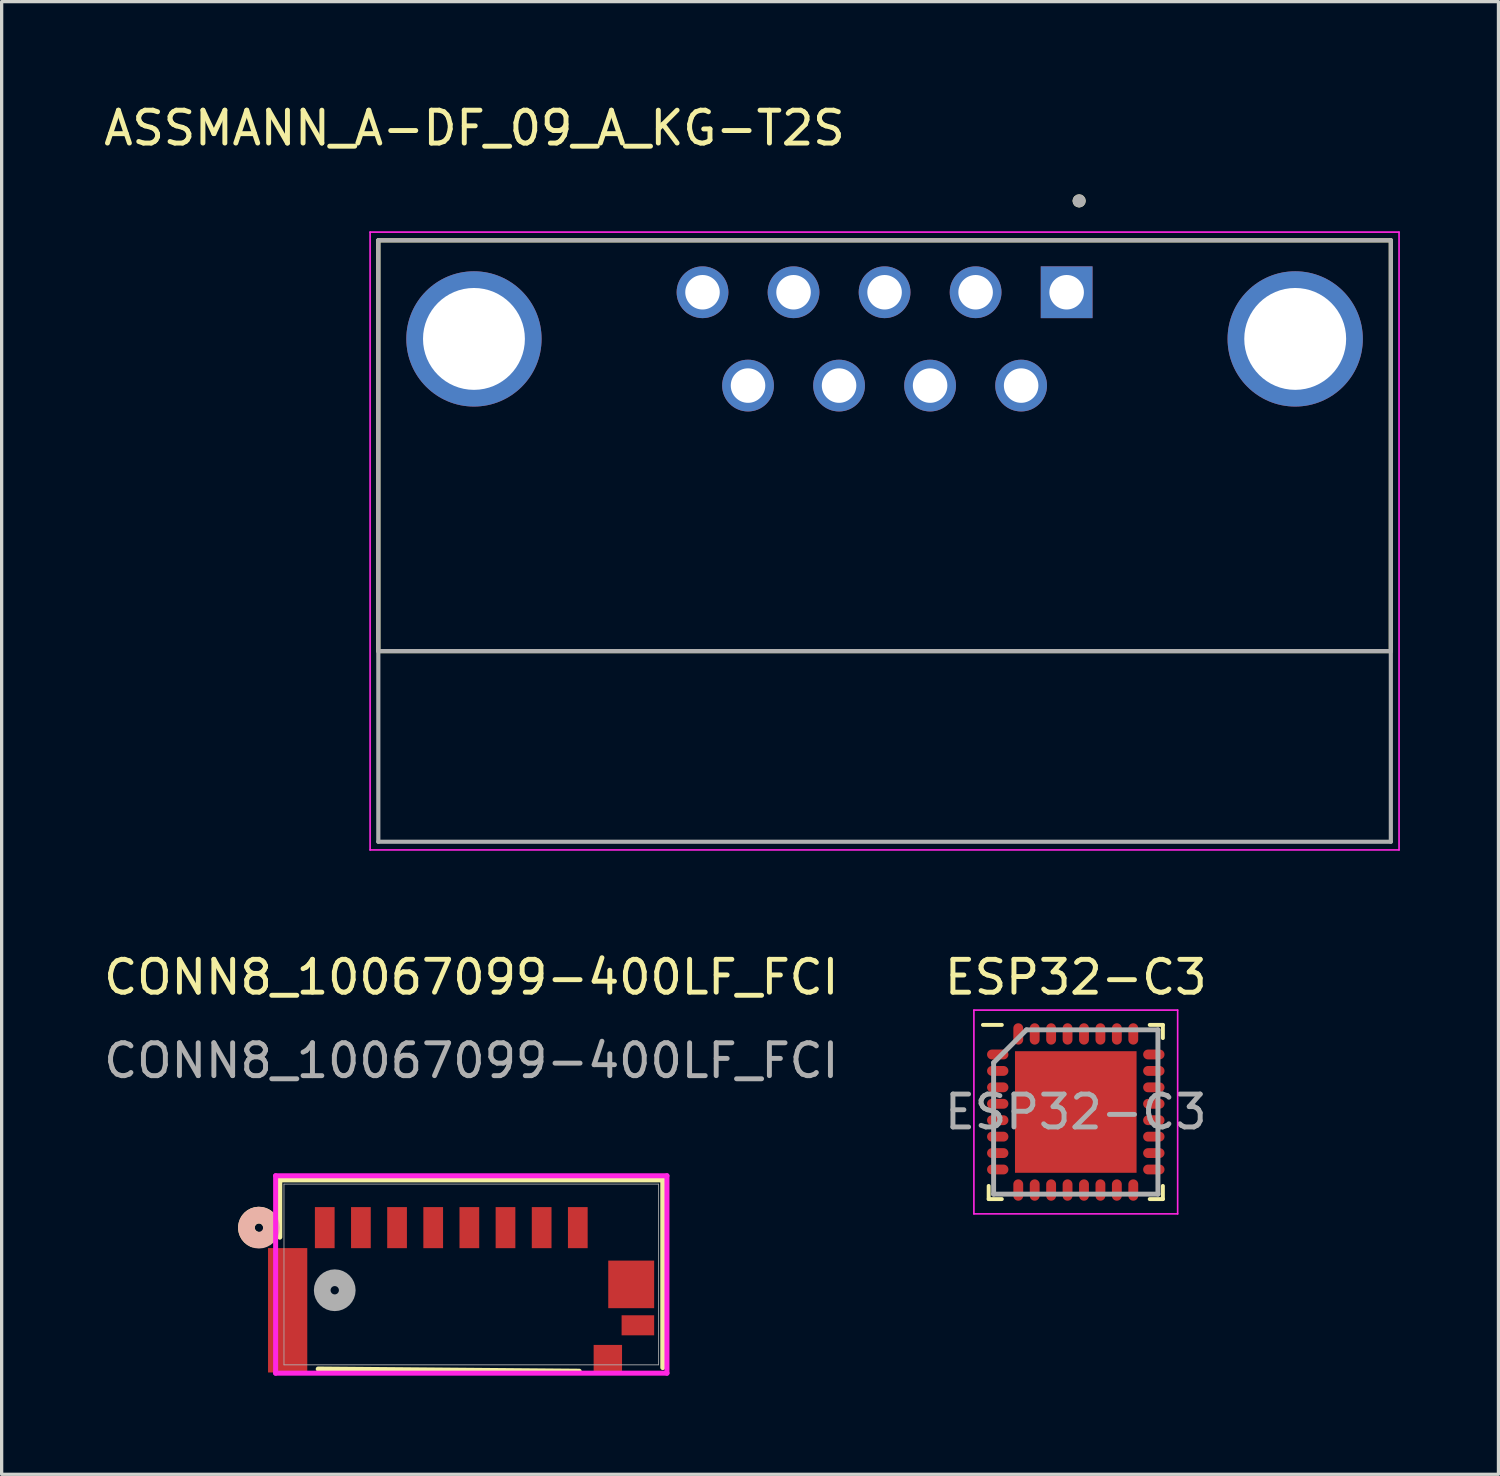
<source format=kicad_pcb>
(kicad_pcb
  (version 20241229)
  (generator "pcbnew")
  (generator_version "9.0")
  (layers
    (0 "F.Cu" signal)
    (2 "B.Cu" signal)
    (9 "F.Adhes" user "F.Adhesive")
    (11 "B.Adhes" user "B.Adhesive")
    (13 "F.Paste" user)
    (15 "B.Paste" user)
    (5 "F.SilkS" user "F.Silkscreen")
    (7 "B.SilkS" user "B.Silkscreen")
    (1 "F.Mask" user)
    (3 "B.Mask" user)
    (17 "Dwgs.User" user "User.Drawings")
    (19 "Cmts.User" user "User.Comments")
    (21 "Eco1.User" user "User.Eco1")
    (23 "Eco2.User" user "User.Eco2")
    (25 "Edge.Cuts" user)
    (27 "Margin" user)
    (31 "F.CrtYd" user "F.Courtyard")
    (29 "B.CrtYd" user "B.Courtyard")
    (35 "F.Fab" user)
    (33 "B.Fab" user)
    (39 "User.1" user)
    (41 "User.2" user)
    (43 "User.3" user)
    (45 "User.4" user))
  (footprint "CONN8_10067099-400LF_FCI"
    (layer "F.Cu")
    (at 15.446 34.306)
    (property "Reference" "CONN8_10067099-400LF_FCI" (at -4.155 -7.62 0) (unlocked yes) (layer "F.SilkS") (effects (font (size 1 1) (thickness 0.15))))
    (attr smd)
    (fp_line (start -9.982 -1.452) (end -9.982 0.29) (stroke (width 0.152) (type solid)) (layer "F.SilkS"))
    (fp_line (start -8.813 4.302) (end -0.871 4.369) (stroke (width 0.152) (type solid)) (layer "F.SilkS"))
    (fp_line (start 1.672 4.258) (end 1.672 -1.452) (stroke (width 0.152) (type solid)) (layer "F.SilkS"))
    (fp_line (start 1.672 -1.452) (end -9.982 -1.452) (stroke (width 0.152) (type solid)) (layer "F.SilkS"))
    (fp_arc (start -10.770648 0.348557) (mid -10.824821 -0.3192) (end -10.2358 0) (stroke (width 0.508) (type solid)) (layer "F.SilkS"))
    (fp_circle (center -10.617 0) (end -10.236 0) (stroke (width 0.508) (type solid)) (fill no) (layer "B.SilkS"))
    (fp_line (start -10.109 -1.579) (end -10.109 4.429) (stroke (width 0.152) (type solid)) (layer "F.CrtYd"))
    (fp_line (start -10.109 4.429) (end 1.799 4.429) (stroke (width 0.152) (type solid)) (layer "F.CrtYd"))
    (fp_line (start 1.799 -1.579) (end -10.109 -1.579) (stroke (width 0.152) (type solid)) (layer "F.CrtYd"))
    (fp_line (start 1.799 4.429) (end 1.799 -1.579) (stroke (width 0.152) (type solid)) (layer "F.CrtYd"))
    (fp_line (start -9.855 -1.325) (end -9.855 4.175) (stroke (width 0.025) (type solid)) (layer "F.Fab"))
    (fp_line (start -9.855 4.175) (end 1.545 4.175) (stroke (width 0.025) (type solid)) (layer "F.Fab"))
    (fp_line (start 1.545 -1.325) (end -9.855 -1.325) (stroke (width 0.025) (type solid)) (layer "F.Fab"))
    (fp_line (start 1.545 4.175) (end 1.545 -1.325) (stroke (width 0.025) (type solid)) (layer "F.Fab"))
    (fp_circle (center -8.31 1.905) (end -7.929 1.905) (stroke (width 0.508) (type solid)) (fill no) (layer "F.Fab"))
    (fp_text user "${REFERENCE}" (at -4.155 -5.08 0) (unlocked yes) (layer "F.Fab") (effects (font (size 1 1) (thickness 0.15))))
    (pad "1" smd rect (at -8.614 0) (size 0.6 1.25) (layers "F.Cu" "F.Mask" "F.Paste"))
    (pad "2" smd rect (at -7.514 0) (size 0.6 1.25) (layers "F.Cu" "F.Mask" "F.Paste"))
    (pad "3" smd rect (at -6.414 0) (size 0.6 1.25) (layers "F.Cu" "F.Mask" "F.Paste"))
    (pad "4" smd rect (at -5.314 0) (size 0.6 1.25) (layers "F.Cu" "F.Mask" "F.Paste"))
    (pad "5" smd rect (at -4.214 0) (size 0.6 1.25) (layers "F.Cu" "F.Mask" "F.Paste"))
    (pad "6" smd rect (at -3.114 0) (size 0.6 1.25) (layers "F.Cu" "F.Mask" "F.Paste"))
    (pad "7" smd rect (at -2.014 0) (size 0.6 1.25) (layers "F.Cu" "F.Mask" "F.Paste"))
    (pad "8" smd rect (at -0.914 0) (size 0.6 1.25) (layers "F.Cu" "F.Mask" "F.Paste"))
    (pad "9" smd rect (at 0.914 2.972) (size 0.991 0.61) (layers "F.Cu" "F.Mask"))
    (pad "10" smd rect (at 0 3.988) (size 0.864 0.838) (layers "F.Cu" "F.Mask" "F.Paste"))
    (pad "11" smd rect (at -9.743 2.515) (size 1.194 3.785) (layers "F.Cu" "F.Mask" "F.Paste"))
    (pad "11" smd rect (at 0.711 1.727) (size 1.397 1.448) (layers "F.Cu" "F.Mask" "F.Paste")))
  (footprint "ESP32-C3"
    (layer "F.Cu")
    (at 29.685 30.787)
    (property "Reference" "ESP32-C3" (at 0 -4.1 0) (unlocked yes) (layer "F.SilkS") (effects (font (size 1 1) (thickness 0.15))))
    (attr smd)
    (fp_line (start -2.65 2.65) (end -2.65 2.25) (stroke (width 0.12) (type default)) (layer "F.SilkS"))
    (fp_line (start -2.25 -2.65) (end -2.825 -2.65) (stroke (width 0.12) (type default)) (layer "F.SilkS"))
    (fp_line (start -2.25 2.65) (end -2.65 2.65) (stroke (width 0.12) (type default)) (layer "F.SilkS"))
    (fp_line (start 2.25 -2.65) (end 2.65 -2.65) (stroke (width 0.12) (type default)) (layer "F.SilkS"))
    (fp_line (start 2.25 2.65) (end 2.65 2.65) (stroke (width 0.12) (type default)) (layer "F.SilkS"))
    (fp_line (start 2.65 -2.65) (end 2.65 -2.25) (stroke (width 0.12) (type default)) (layer "F.SilkS"))
    (fp_line (start 2.65 2.65) (end 2.65 2.25) (stroke (width 0.12) (type default)) (layer "F.SilkS"))
    (fp_line (start -3.1 -3.1) (end 3.1 -3.1) (stroke (width 0.05) (type default)) (layer "F.CrtYd"))
    (fp_line (start -3.1 3.1) (end -3.1 -3.1) (stroke (width 0.05) (type default)) (layer "F.CrtYd"))
    (fp_line (start 3.1 -3.1) (end 3.1 3.1) (stroke (width 0.05) (type default)) (layer "F.CrtYd"))
    (fp_line (start 3.1 3.1) (end -3.1 3.1) (stroke (width 0.05) (type default)) (layer "F.CrtYd"))
    (fp_line (start -2.5 -1.5) (end -2.5 2.5) (stroke (width 0.15) (type default)) (layer "F.Fab"))
    (fp_line (start -2.5 2.5) (end 2.5 2.5) (stroke (width 0.15) (type default)) (layer "F.Fab"))
    (fp_line (start -1.5 -2.5) (end -2.5 -1.5) (stroke (width 0.15) (type default)) (layer "F.Fab"))
    (fp_line (start 2.5 -2.5) (end -1.5 -2.5) (stroke (width 0.15) (type default)) (layer "F.Fab"))
    (fp_line (start 2.5 2.5) (end 2.5 -2.5) (stroke (width 0.15) (type default)) (layer "F.Fab"))
    (fp_text user "${REFERENCE}" (at 0 0 0) (layer "F.Fab") (effects (font (size 1 1) (thickness 0.15))))
    (pad "" smd rect (at -1.387 -1.387) (size 0.175 0.175) (layers "F.Paste"))
    (pad "" smd rect (at -1.387 -0.463) (size 0.175 0.175) (layers "F.Paste"))
    (pad "" smd rect (at -1.387 0.463) (size 0.175 0.175) (layers "F.Paste"))
    (pad "" smd rect (at -1.387 1.387) (size 0.175 0.175) (layers "F.Paste"))
    (pad "" smd rect (at -0.463 -1.387) (size 0.175 0.175) (layers "F.Paste"))
    (pad "" smd rect (at -0.463 -0.463) (size 0.175 0.175) (layers "F.Paste"))
    (pad "" smd rect (at -0.463 0.463) (size 0.175 0.175) (layers "F.Paste"))
    (pad "" smd rect (at -0.463 1.387) (size 0.175 0.175) (layers "F.Paste"))
    (pad "" smd rect (at 0.463 -1.387) (size 0.175 0.175) (layers "F.Paste"))
    (pad "" smd rect (at 0.463 -0.463) (size 0.175 0.175) (layers "F.Paste"))
    (pad "" smd rect (at 0.463 0.463) (size 0.175 0.175) (layers "F.Paste"))
    (pad "" smd rect (at 0.463 1.387) (size 0.175 0.175) (layers "F.Paste"))
    (pad "" smd rect (at 1.387 -1.387) (size 0.175 0.175) (layers "F.Paste"))
    (pad "" smd rect (at 1.387 -0.463) (size 0.175 0.175) (layers "F.Paste"))
    (pad "" smd rect (at 1.387 0.463) (size 0.175 0.175) (layers "F.Paste"))
    (pad "" smd rect (at 1.387 1.387) (size 0.175 0.175) (layers "F.Paste"))
    (pad "1" smd oval (at -2.375 -1.75 90) (size 0.3 0.65) (layers "F.Cu" "F.Mask" "F.Paste"))
    (pad "2" smd oval (at -2.375 -1.25 90) (size 0.3 0.65) (layers "F.Cu" "F.Mask" "F.Paste"))
    (pad "3" smd oval (at -2.375 -0.75 90) (size 0.3 0.65) (layers "F.Cu" "F.Mask" "F.Paste"))
    (pad "4" smd oval (at -2.375 -0.25 90) (size 0.3 0.65) (layers "F.Cu" "F.Mask" "F.Paste"))
    (pad "5" smd oval (at -2.375 0.25 90) (size 0.3 0.65) (layers "F.Cu" "F.Mask" "F.Paste"))
    (pad "6" smd oval (at -2.375 0.75 90) (size 0.3 0.65) (layers "F.Cu" "F.Mask" "F.Paste"))
    (pad "7" smd oval (at -2.375 1.25 90) (size 0.3 0.65) (layers "F.Cu" "F.Mask" "F.Paste"))
    (pad "8" smd oval (at -2.375 1.75 90) (size 0.3 0.65) (layers "F.Cu" "F.Mask" "F.Paste"))
    (pad "9" smd oval (at -1.75 2.375) (size 0.3 0.65) (layers "F.Cu" "F.Mask" "F.Paste"))
    (pad "10" smd oval (at -1.25 2.375) (size 0.3 0.65) (layers "F.Cu" "F.Mask" "F.Paste"))
    (pad "11" smd oval (at -0.75 2.375) (size 0.3 0.65) (layers "F.Cu" "F.Mask" "F.Paste"))
    (pad "12" smd oval (at -0.25 2.375) (size 0.3 0.65) (layers "F.Cu" "F.Mask" "F.Paste"))
    (pad "13" smd oval (at 0.25 2.375) (size 0.3 0.65) (layers "F.Cu" "F.Mask" "F.Paste"))
    (pad "14" smd oval (at 0.75 2.375) (size 0.3 0.65) (layers "F.Cu" "F.Mask" "F.Paste"))
    (pad "15" smd oval (at 1.25 2.375) (size 0.3 0.65) (layers "F.Cu" "F.Mask" "F.Paste"))
    (pad "16" smd oval (at 1.75 2.375) (size 0.3 0.65) (layers "F.Cu" "F.Mask" "F.Paste"))
    (pad "17" smd oval (at 2.375 1.75 90) (size 0.3 0.65) (layers "F.Cu" "F.Mask" "F.Paste"))
    (pad "18" smd oval (at 2.375 1.25 90) (size 0.3 0.65) (layers "F.Cu" "F.Mask" "F.Paste"))
    (pad "19" smd oval (at 2.375 0.75 90) (size 0.3 0.65) (layers "F.Cu" "F.Mask" "F.Paste"))
    (pad "20" smd oval (at 2.375 0.25 90) (size 0.3 0.65) (layers "F.Cu" "F.Mask" "F.Paste"))
    (pad "21" smd oval (at 2.375 -0.25 90) (size 0.3 0.65) (layers "F.Cu" "F.Mask" "F.Paste"))
    (pad "22" smd oval (at 2.375 -0.75 90) (size 0.3 0.65) (layers "F.Cu" "F.Mask" "F.Paste"))
    (pad "23" smd oval (at 2.375 -1.25 90) (size 0.3 0.65) (layers "F.Cu" "F.Mask" "F.Paste"))
    (pad "24" smd oval (at 2.375 -1.75 90) (size 0.3 0.65) (layers "F.Cu" "F.Mask" "F.Paste"))
    (pad "25" smd oval (at 1.75 -2.375) (size 0.3 0.65) (layers "F.Cu" "F.Mask" "F.Paste"))
    (pad "26" smd oval (at 1.25 -2.375) (size 0.3 0.65) (layers "F.Cu" "F.Mask" "F.Paste"))
    (pad "27" smd oval (at 0.75 -2.375) (size 0.3 0.65) (layers "F.Cu" "F.Mask" "F.Paste"))
    (pad "28" smd oval (at 0.25 -2.375) (size 0.3 0.65) (layers "F.Cu" "F.Mask" "F.Paste"))
    (pad "29" smd oval (at -0.25 -2.375) (size 0.3 0.65) (layers "F.Cu" "F.Mask" "F.Paste"))
    (pad "30" smd oval (at -0.75 -2.375) (size 0.3 0.65) (layers "F.Cu" "F.Mask" "F.Paste"))
    (pad "31" smd oval (at -1.25 -2.375) (size 0.3 0.65) (layers "F.Cu" "F.Mask" "F.Paste"))
    (pad "32" smd oval (at -1.75 -2.375) (size 0.3 0.65) (layers "F.Cu" "F.Mask" "F.Paste"))
    (pad "33" smd rect (at 0 0) (size 3.7 3.7) (layers "F.Cu" "F.Mask")))
  (footprint "ASSMANN_A-DF_09_A_KG-T2S"
    (layer "F.Cu")
    (at 23.867 7.263)
    (property "Reference" "ASSMANN_A-DF_09_A_KG-T2S" (at -12.48 -6.415 0) (layer "F.SilkS") (effects (font (size 1 1) (thickness 0.15))))
    (attr through_hole)
    (fp_line (start -15.405 -3) (end -15.405 9.5) (stroke (width 0.127) (type solid)) (layer "F.SilkS"))
    (fp_line (start -15.405 9.5) (end 15.405 9.5) (stroke (width 0.127) (type solid)) (layer "F.SilkS"))
    (fp_line (start 15.405 -3) (end -15.405 -3) (stroke (width 0.127) (type solid)) (layer "F.SilkS"))
    (fp_line (start 15.405 9.5) (end 15.405 -3) (stroke (width 0.127) (type solid)) (layer "F.SilkS"))
    (fp_circle (center 5.92 -4.2) (end 6.02 -4.2) (stroke (width 0.2) (type solid)) (fill no) (layer "F.SilkS"))
    (fp_line (start -15.655 -3.25) (end -15.655 15.55) (stroke (width 0.05) (type solid)) (layer "F.CrtYd"))
    (fp_line (start -15.655 15.55) (end 15.655 15.55) (stroke (width 0.05) (type solid)) (layer "F.CrtYd"))
    (fp_line (start 15.655 -3.25) (end -15.655 -3.25) (stroke (width 0.05) (type solid)) (layer "F.CrtYd"))
    (fp_line (start 15.655 15.55) (end 15.655 -3.25) (stroke (width 0.05) (type solid)) (layer "F.CrtYd"))
    (fp_line (start -15.405 -3) (end -15.405 15.3) (stroke (width 0.127) (type solid)) (layer "F.Fab"))
    (fp_line (start -15.405 9.5) (end 15.405 9.5) (stroke (width 0.127) (type solid)) (layer "F.Fab"))
    (fp_line (start -15.405 15.3) (end 15.405 15.3) (stroke (width 0.127) (type solid)) (layer "F.Fab"))
    (fp_line (start 15.405 -3) (end -15.405 -3) (stroke (width 0.127) (type solid)) (layer "F.Fab"))
    (fp_line (start 15.405 15.3) (end 15.405 -3) (stroke (width 0.127) (type solid)) (layer "F.Fab"))
    (fp_circle (center 5.92 -4.2) (end 6.02 -4.2) (stroke (width 0.2) (type solid)) (fill no) (layer "F.Fab"))
    (pad "0" thru_hole circle (at -12.495 0) (size 4.116 4.116) (drill 3.1) (layers "*.Cu" "*.Mask"))
    (pad "0" thru_hole circle (at 12.495 0) (size 4.116 4.116) (drill 3.1) (layers "*.Cu" "*.Mask"))
    (pad "1" thru_hole rect (at 5.54 -1.42) (size 1.575 1.575) (drill 1.05) (layers "*.Cu" "*.Mask"))
    (pad "2" thru_hole circle (at 2.77 -1.42) (size 1.575 1.575) (drill 1.05) (layers "*.Cu" "*.Mask"))
    (pad "3" thru_hole circle (at 0 -1.42) (size 1.575 1.575) (drill 1.05) (layers "*.Cu" "*.Mask"))
    (pad "4" thru_hole circle (at -2.77 -1.42) (size 1.575 1.575) (drill 1.05) (layers "*.Cu" "*.Mask"))
    (pad "5" thru_hole circle (at -5.54 -1.42) (size 1.575 1.575) (drill 1.05) (layers "*.Cu" "*.Mask"))
    (pad "6" thru_hole circle (at 4.155 1.42) (size 1.575 1.575) (drill 1.05) (layers "*.Cu" "*.Mask"))
    (pad "7" thru_hole circle (at 1.385 1.42) (size 1.575 1.575) (drill 1.05) (layers "*.Cu" "*.Mask"))
    (pad "8" thru_hole circle (at -1.385 1.42) (size 1.575 1.575) (drill 1.05) (layers "*.Cu" "*.Mask"))
    (pad "9" thru_hole circle (at -4.155 1.42) (size 1.575 1.575) (drill 1.05) (layers "*.Cu" "*.Mask")))
  (gr_rect
    (start -3 -3)
    (end 42.547 41.812)
    (stroke (width 0.1) (type default))
    (fill no)
    (layer "Edge.Cuts")))
</source>
